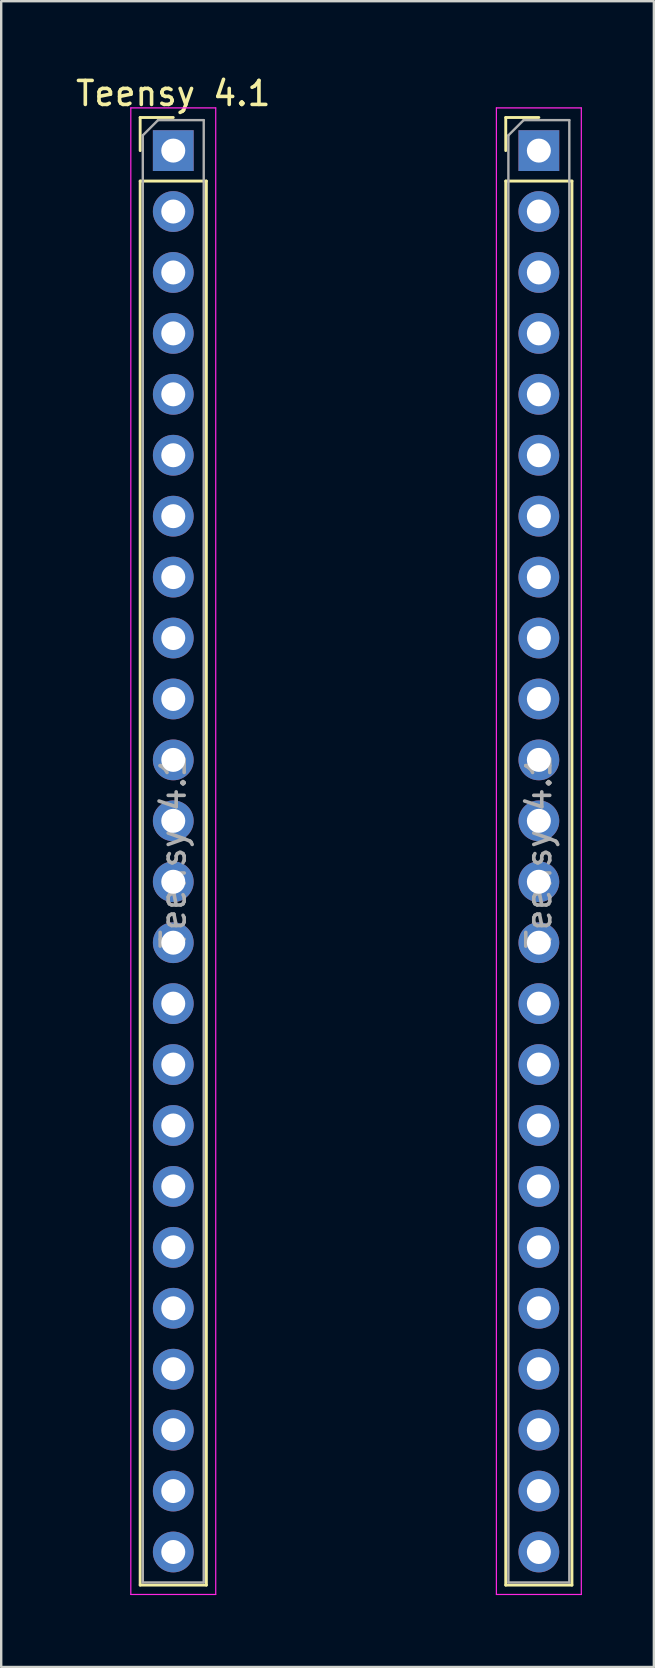
<source format=kicad_pcb>
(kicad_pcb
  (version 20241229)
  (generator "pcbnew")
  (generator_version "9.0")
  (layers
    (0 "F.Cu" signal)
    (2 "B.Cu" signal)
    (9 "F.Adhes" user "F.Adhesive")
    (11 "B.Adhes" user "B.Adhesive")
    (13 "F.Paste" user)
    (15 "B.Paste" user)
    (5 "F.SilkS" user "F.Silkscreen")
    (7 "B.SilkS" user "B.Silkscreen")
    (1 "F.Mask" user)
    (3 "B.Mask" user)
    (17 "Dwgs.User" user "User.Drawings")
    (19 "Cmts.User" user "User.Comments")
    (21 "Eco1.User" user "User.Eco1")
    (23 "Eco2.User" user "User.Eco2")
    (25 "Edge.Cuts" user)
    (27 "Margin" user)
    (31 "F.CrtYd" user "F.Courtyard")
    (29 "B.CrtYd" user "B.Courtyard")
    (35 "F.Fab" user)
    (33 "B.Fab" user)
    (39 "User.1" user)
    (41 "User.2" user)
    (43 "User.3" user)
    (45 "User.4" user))
  (footprint "Teensy 4.1"
    (layer "F.Cu")
    (at 4.173 3.228)
    (property "Reference" "Teensy 4.1" (at 0 -2.38 0) (layer "F.SilkS") (effects (font (size 1 1) (thickness 0.15))))
    (attr through_hole)
    (fp_line (start -1.38 -1.38) (end 0 -1.38) (stroke (width 0.12) (type solid)) (layer "F.SilkS"))
    (fp_line (start -1.38 0) (end -1.38 -1.38) (stroke (width 0.12) (type solid)) (layer "F.SilkS"))
    (fp_line (start -1.38 1.27) (end -1.38 59.8) (stroke (width 0.12) (type solid)) (layer "F.SilkS"))
    (fp_line (start -1.38 1.27) (end 1.38 1.27) (stroke (width 0.12) (type solid)) (layer "F.SilkS"))
    (fp_line (start -1.38 59.8) (end 1.38 59.8) (stroke (width 0.12) (type solid)) (layer "F.SilkS"))
    (fp_line (start 1.38 1.27) (end 1.38 59.8) (stroke (width 0.12) (type solid)) (layer "F.SilkS"))
    (fp_line (start 13.86 -1.38) (end 15.24 -1.38) (stroke (width 0.12) (type solid)) (layer "F.SilkS"))
    (fp_line (start 13.86 0) (end 13.86 -1.38) (stroke (width 0.12) (type solid)) (layer "F.SilkS"))
    (fp_line (start 13.86 1.27) (end 13.86 59.8) (stroke (width 0.12) (type solid)) (layer "F.SilkS"))
    (fp_line (start 13.86 1.27) (end 16.62 1.27) (stroke (width 0.12) (type solid)) (layer "F.SilkS"))
    (fp_line (start 13.86 59.8) (end 16.62 59.8) (stroke (width 0.12) (type solid)) (layer "F.SilkS"))
    (fp_line (start 16.62 1.27) (end 16.62 59.8) (stroke (width 0.12) (type solid)) (layer "F.SilkS"))
    (fp_line (start -1.77 -1.78) (end -1.77 60.19) (stroke (width 0.05) (type solid)) (layer "F.CrtYd"))
    (fp_line (start -1.77 60.19) (end 1.77 60.19) (stroke (width 0.05) (type solid)) (layer "F.CrtYd"))
    (fp_line (start 1.77 -1.78) (end -1.77 -1.78) (stroke (width 0.05) (type solid)) (layer "F.CrtYd"))
    (fp_line (start 1.77 60.19) (end 1.77 -1.78) (stroke (width 0.05) (type solid)) (layer "F.CrtYd"))
    (fp_line (start 13.47 -1.78) (end 13.47 60.19) (stroke (width 0.05) (type solid)) (layer "F.CrtYd"))
    (fp_line (start 13.47 60.19) (end 17.01 60.19) (stroke (width 0.05) (type solid)) (layer "F.CrtYd"))
    (fp_line (start 17.01 -1.78) (end 13.47 -1.78) (stroke (width 0.05) (type solid)) (layer "F.CrtYd"))
    (fp_line (start 17.01 60.19) (end 17.01 -1.78) (stroke (width 0.05) (type solid)) (layer "F.CrtYd"))
    (fp_line (start -1.27 -0.635) (end -0.635 -1.27) (stroke (width 0.1) (type solid)) (layer "F.Fab"))
    (fp_line (start -1.27 59.69) (end -1.27 -0.635) (stroke (width 0.1) (type solid)) (layer "F.Fab"))
    (fp_line (start -0.635 -1.27) (end 1.27 -1.27) (stroke (width 0.1) (type solid)) (layer "F.Fab"))
    (fp_line (start 1.27 -1.27) (end 1.27 59.69) (stroke (width 0.1) (type solid)) (layer "F.Fab"))
    (fp_line (start 1.27 59.69) (end -1.27 59.69) (stroke (width 0.1) (type solid)) (layer "F.Fab"))
    (fp_line (start 13.97 -0.635) (end 14.605 -1.27) (stroke (width 0.1) (type solid)) (layer "F.Fab"))
    (fp_line (start 13.97 59.69) (end 13.97 -0.635) (stroke (width 0.1) (type solid)) (layer "F.Fab"))
    (fp_line (start 14.605 -1.27) (end 16.51 -1.27) (stroke (width 0.1) (type solid)) (layer "F.Fab"))
    (fp_line (start 16.51 -1.27) (end 16.51 59.69) (stroke (width 0.1) (type solid)) (layer "F.Fab"))
    (fp_line (start 16.51 59.69) (end 13.97 59.69) (stroke (width 0.1) (type solid)) (layer "F.Fab"))
    (fp_text user "${REFERENCE}" (at 15.24 29.21 90) (layer "F.Fab") (effects (font (size 1 1) (thickness 0.15))))
    (fp_text user "${REFERENCE}" (at 0 29.21 90) (layer "F.Fab") (effects (font (size 1 1) (thickness 0.15))))
    (pad "P0" thru_hole rect (at 0 0) (size 1.7 1.7) (drill 1) (layers "*.Cu" "*.Mask"))
    (pad "P1" thru_hole circle (at 0 2.54) (size 1.7 1.7) (drill 1) (layers "*.Cu" "*.Mask"))
    (pad "P2" thru_hole circle (at 0 5.08) (size 1.7 1.7) (drill 1) (layers "*.Cu" "*.Mask"))
    (pad "P3" thru_hole circle (at 0 7.62) (size 1.7 1.7) (drill 1) (layers "*.Cu" "*.Mask"))
    (pad "P4" thru_hole circle (at 0 10.16) (size 1.7 1.7) (drill 1) (layers "*.Cu" "*.Mask"))
    (pad "P5" thru_hole circle (at 0 12.7) (size 1.7 1.7) (drill 1) (layers "*.Cu" "*.Mask"))
    (pad "P6" thru_hole circle (at 0 15.24) (size 1.7 1.7) (drill 1) (layers "*.Cu" "*.Mask"))
    (pad "P7" thru_hole circle (at 0 17.78) (size 1.7 1.7) (drill 1) (layers "*.Cu" "*.Mask"))
    (pad "P8" thru_hole circle (at 0 20.32) (size 1.7 1.7) (drill 1) (layers "*.Cu" "*.Mask"))
    (pad "P9" thru_hole circle (at 0 22.86) (size 1.7 1.7) (drill 1) (layers "*.Cu" "*.Mask"))
    (pad "P10" thru_hole circle (at 0 25.4) (size 1.7 1.7) (drill 1) (layers "*.Cu" "*.Mask"))
    (pad "P11" thru_hole circle (at 0 27.94) (size 1.7 1.7) (drill 1) (layers "*.Cu" "*.Mask"))
    (pad "P12" thru_hole circle (at 0 30.48) (size 1.7 1.7) (drill 1) (layers "*.Cu" "*.Mask"))
    (pad "P13" thru_hole circle (at 0 33.02) (size 1.7 1.7) (drill 1) (layers "*.Cu" "*.Mask"))
    (pad "P14" thru_hole circle (at 0 35.56) (size 1.7 1.7) (drill 1) (layers "*.Cu" "*.Mask"))
    (pad "P15" thru_hole circle (at 0 38.1) (size 1.7 1.7) (drill 1) (layers "*.Cu" "*.Mask"))
    (pad "P16" thru_hole circle (at 0 40.64) (size 1.7 1.7) (drill 1) (layers "*.Cu" "*.Mask"))
    (pad "P17" thru_hole circle (at 0 43.18) (size 1.7 1.7) (drill 1) (layers "*.Cu" "*.Mask"))
    (pad "P18" thru_hole circle (at 0 45.72) (size 1.7 1.7) (drill 1) (layers "*.Cu" "*.Mask"))
    (pad "P19" thru_hole circle (at 0 48.26) (size 1.7 1.7) (drill 1) (layers "*.Cu" "*.Mask"))
    (pad "P20" thru_hole circle (at 0 50.8) (size 1.7 1.7) (drill 1) (layers "*.Cu" "*.Mask"))
    (pad "P21" thru_hole circle (at 0 53.34) (size 1.7 1.7) (drill 1) (layers "*.Cu" "*.Mask"))
    (pad "P22" thru_hole circle (at 0 55.88) (size 1.7 1.7) (drill 1) (layers "*.Cu" "*.Mask"))
    (pad "P23" thru_hole circle (at 0 58.42) (size 1.7 1.7) (drill 1) (layers "*.Cu" "*.Mask"))
    (pad "P24" thru_hole circle (at 15.24 58.42) (size 1.7 1.7) (drill 1) (layers "*.Cu" "*.Mask"))
    (pad "P25" thru_hole circle (at 15.24 55.88) (size 1.7 1.7) (drill 1) (layers "*.Cu" "*.Mask"))
    (pad "P26" thru_hole circle (at 15.24 53.34) (size 1.7 1.7) (drill 1) (layers "*.Cu" "*.Mask"))
    (pad "P27" thru_hole circle (at 15.24 50.8) (size 1.7 1.7) (drill 1) (layers "*.Cu" "*.Mask"))
    (pad "P28" thru_hole circle (at 15.24 48.26) (size 1.7 1.7) (drill 1) (layers "*.Cu" "*.Mask"))
    (pad "P29" thru_hole circle (at 15.24 45.72) (size 1.7 1.7) (drill 1) (layers "*.Cu" "*.Mask"))
    (pad "P30" thru_hole circle (at 15.24 43.18) (size 1.7 1.7) (drill 1) (layers "*.Cu" "*.Mask"))
    (pad "P31" thru_hole circle (at 15.24 40.64) (size 1.7 1.7) (drill 1) (layers "*.Cu" "*.Mask"))
    (pad "P32" thru_hole circle (at 15.24 38.1) (size 1.7 1.7) (drill 1) (layers "*.Cu" "*.Mask"))
    (pad "P33" thru_hole circle (at 15.24 35.56) (size 1.7 1.7) (drill 1) (layers "*.Cu" "*.Mask"))
    (pad "P34" thru_hole circle (at 15.24 33.02) (size 1.7 1.7) (drill 1) (layers "*.Cu" "*.Mask"))
    (pad "P35" thru_hole circle (at 15.24 30.48) (size 1.7 1.7) (drill 1) (layers "*.Cu" "*.Mask"))
    (pad "P36" thru_hole circle (at 15.24 27.94) (size 1.7 1.7) (drill 1) (layers "*.Cu" "*.Mask"))
    (pad "P37" thru_hole circle (at 15.24 25.4) (size 1.7 1.7) (drill 1) (layers "*.Cu" "*.Mask"))
    (pad "P38" thru_hole circle (at 15.24 22.86) (size 1.7 1.7) (drill 1) (layers "*.Cu" "*.Mask"))
    (pad "P39" thru_hole circle (at 15.24 20.32) (size 1.7 1.7) (drill 1) (layers "*.Cu" "*.Mask"))
    (pad "P40" thru_hole circle (at 15.24 17.78) (size 1.7 1.7) (drill 1) (layers "*.Cu" "*.Mask"))
    (pad "P41" thru_hole circle (at 15.24 15.24) (size 1.7 1.7) (drill 1) (layers "*.Cu" "*.Mask"))
    (pad "P42" thru_hole circle (at 15.24 12.7) (size 1.7 1.7) (drill 1) (layers "*.Cu" "*.Mask"))
    (pad "P43" thru_hole circle (at 15.24 10.16) (size 1.7 1.7) (drill 1) (layers "*.Cu" "*.Mask"))
    (pad "P44" thru_hole circle (at 15.24 7.62) (size 1.7 1.7) (drill 1) (layers "*.Cu" "*.Mask"))
    (pad "P45" thru_hole circle (at 15.24 5.08) (size 1.7 1.7) (drill 1) (layers "*.Cu" "*.Mask"))
    (pad "P46" thru_hole circle (at 15.24 2.54) (size 1.7 1.7) (drill 1) (layers "*.Cu" "*.Mask"))
    (pad "P47" thru_hole rect (at 15.24 0) (size 1.7 1.7) (drill 1) (layers "*.Cu" "*.Mask")))
  (gr_rect
    (start -3 -3)
    (end 24.208 66.443)
    (stroke (width 0.1) (type default))
    (fill no)
    (layer "Edge.Cuts")))
</source>
